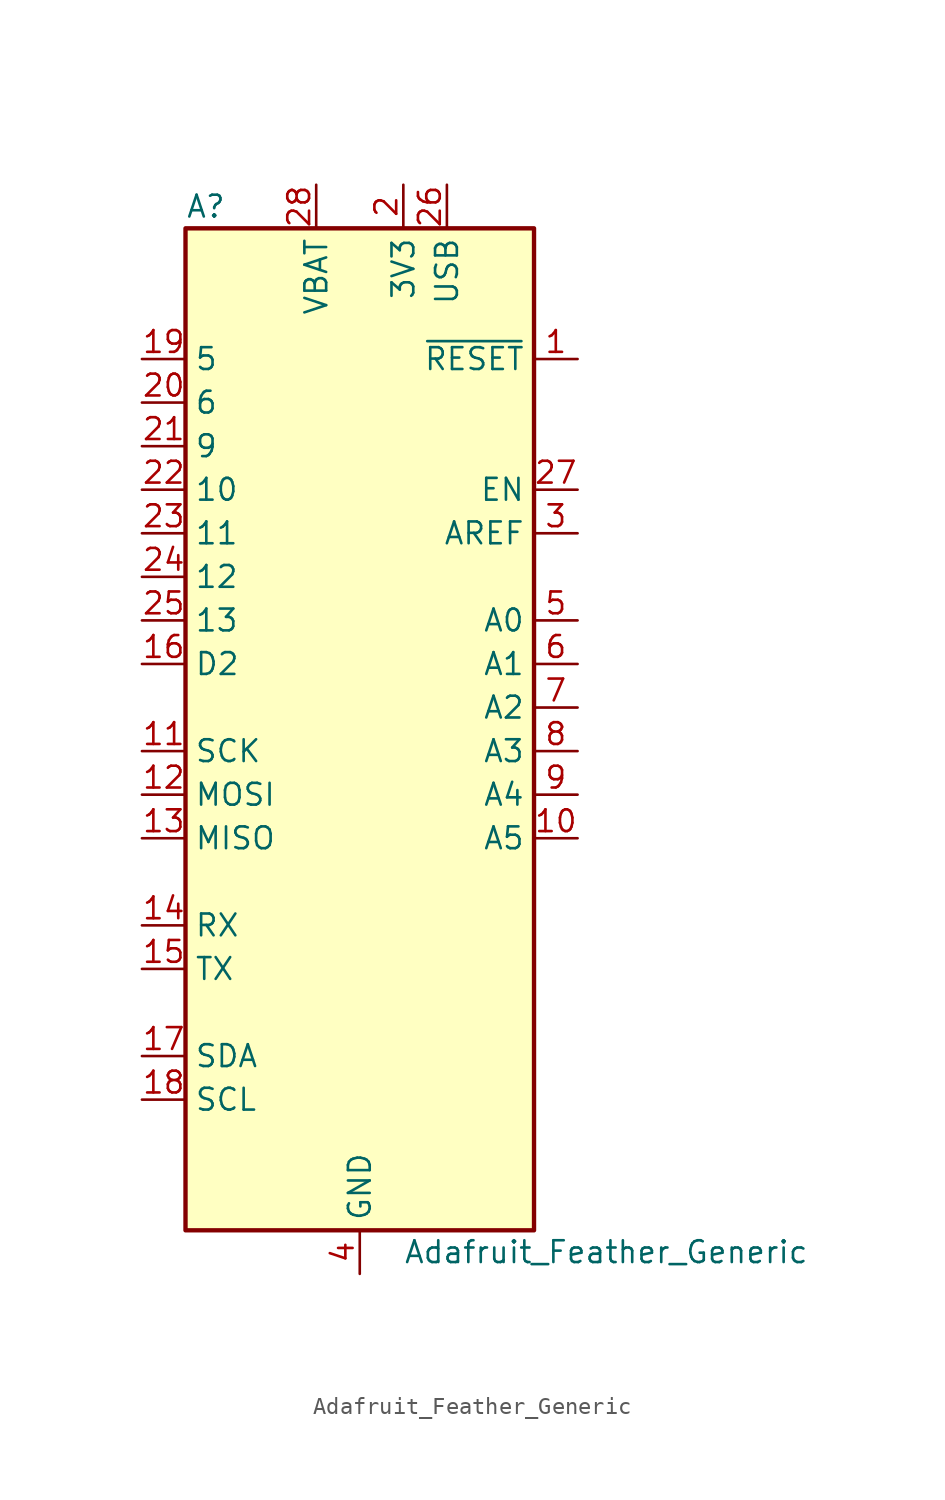
<source format=kicad_sym>
(kicad_symbol_lib
  (version 20241209)
  (generator "kicad_symbol_editor")
  (generator_version "9.0")
  (symbol "Adafruit_Feather_Generic"
    (property "Reference" "A"
      (at -10.16 29.21 0)
      (effects (font (size 1.27 1.27)) (justify left)))
    (property "Value" "Adafruit_Feather_Generic"
      (at 2.54 -31.75 0)
      (effects (font (size 1.27 1.27)) (justify left)))
    (symbol "Adafruit_Feather_Generic_0_1"
      (rectangle (start -10.16 27.94) (end 10.16 -30.48) (stroke (width 0.254) (type default)) (fill (type background))))
    (symbol "Adafruit_Feather_Generic_1_1"
      (pin bidirectional line (at -12.7 20.32 0) (length 2.54) (name "5" (effects (font (size 1.27 1.27)))) (number "19" (effects (font (size 1.27 1.27)))))
      (pin bidirectional line (at -12.7 17.78 0) (length 2.54) (name "6" (effects (font (size 1.27 1.27)))) (number "20" (effects (font (size 1.27 1.27)))))
      (pin bidirectional line (at -12.7 15.24 0) (length 2.54) (name "9" (effects (font (size 1.27 1.27)))) (number "21" (effects (font (size 1.27 1.27)))))
      (pin bidirectional line (at -12.7 12.7 0) (length 2.54) (name "10" (effects (font (size 1.27 1.27)))) (number "22" (effects (font (size 1.27 1.27)))))
      (pin bidirectional line (at -12.7 10.16 0) (length 2.54) (name "11" (effects (font (size 1.27 1.27)))) (number "23" (effects (font (size 1.27 1.27)))))
      (pin bidirectional line (at -12.7 7.62 0) (length 2.54) (name "12" (effects (font (size 1.27 1.27)))) (number "24" (effects (font (size 1.27 1.27)))))
      (pin bidirectional line (at -12.7 5.08 0) (length 2.54) (name "13" (effects (font (size 1.27 1.27)))) (number "25" (effects (font (size 1.27 1.27)))))
      (pin bidirectional line (at -12.7 2.54 0) (length 2.54) (name "D2" (effects (font (size 1.27 1.27)))) (number "16" (effects (font (size 1.27 1.27)))))
      (pin bidirectional line (at -12.7 -2.54 0) (length 2.54) (name "SCK" (effects (font (size 1.27 1.27)))) (number "11" (effects (font (size 1.27 1.27)))))
      (pin bidirectional line (at -12.7 -5.08 0) (length 2.54) (name "MOSI" (effects (font (size 1.27 1.27)))) (number "12" (effects (font (size 1.27 1.27)))))
      (pin bidirectional line (at -12.7 -7.62 0) (length 2.54) (name "MISO" (effects (font (size 1.27 1.27)))) (number "13" (effects (font (size 1.27 1.27)))))
      (pin bidirectional line (at -12.7 -12.7 0) (length 2.54) (name "RX" (effects (font (size 1.27 1.27)))) (number "14" (effects (font (size 1.27 1.27)))))
      (pin bidirectional line (at -12.7 -15.24 0) (length 2.54) (name "TX" (effects (font (size 1.27 1.27)))) (number "15" (effects (font (size 1.27 1.27)))))
      (pin bidirectional line (at -12.7 -20.32 0) (length 2.54) (name "SDA" (effects (font (size 1.27 1.27)))) (number "17" (effects (font (size 1.27 1.27)))))
      (pin bidirectional line (at -12.7 -22.86 0) (length 2.54) (name "SCL" (effects (font (size 1.27 1.27)))) (number "18" (effects (font (size 1.27 1.27)))))
      (pin power_in line (at -2.54 30.48 270) (length 2.54) (name "VBAT" (effects (font (size 1.27 1.27)))) (number "28" (effects (font (size 1.27 1.27)))))
      (pin power_in line (at 0 -33.02 90) (length 2.54) (name "GND" (effects (font (size 1.27 1.27)))) (number "4" (effects (font (size 1.27 1.27)))))
      (pin power_in line (at 2.54 30.48 270) (length 2.54) (name "3V3" (effects (font (size 1.27 1.27)))) (number "2" (effects (font (size 1.27 1.27)))))
      (pin power_in line (at 5.08 30.48 270) (length 2.54) (name "USB" (effects (font (size 1.27 1.27)))) (number "26" (effects (font (size 1.27 1.27)))))
      (pin input line (at 12.7 20.32 180) (length 2.54) (name "~{RESET}" (effects (font (size 1.27 1.27)))) (number "1" (effects (font (size 1.27 1.27)))))
      (pin input line (at 12.7 12.7 180) (length 2.54) (name "EN" (effects (font (size 1.27 1.27)))) (number "27" (effects (font (size 1.27 1.27)))))
      (pin input line (at 12.7 10.16 180) (length 2.54) (name "AREF" (effects (font (size 1.27 1.27)))) (number "3" (effects (font (size 1.27 1.27)))))
      (pin bidirectional line (at 12.7 5.08 180) (length 2.54) (name "A0" (effects (font (size 1.27 1.27)))) (number "5" (effects (font (size 1.27 1.27)))))
      (pin bidirectional line (at 12.7 2.54 180) (length 2.54) (name "A1" (effects (font (size 1.27 1.27)))) (number "6" (effects (font (size 1.27 1.27)))))
      (pin bidirectional line (at 12.7 0 180) (length 2.54) (name "A2" (effects (font (size 1.27 1.27)))) (number "7" (effects (font (size 1.27 1.27)))))
      (pin bidirectional line (at 12.7 -2.54 180) (length 2.54) (name "A3" (effects (font (size 1.27 1.27)))) (number "8" (effects (font (size 1.27 1.27)))))
      (pin bidirectional line (at 12.7 -5.08 180) (length 2.54) (name "A4" (effects (font (size 1.27 1.27)))) (number "9" (effects (font (size 1.27 1.27)))))
      (pin bidirectional line (at 12.7 -7.62 180) (length 2.54) (name "A5" (effects (font (size 1.27 1.27)))) (number "10" (effects (font (size 1.27 1.27))))))))
</source>
